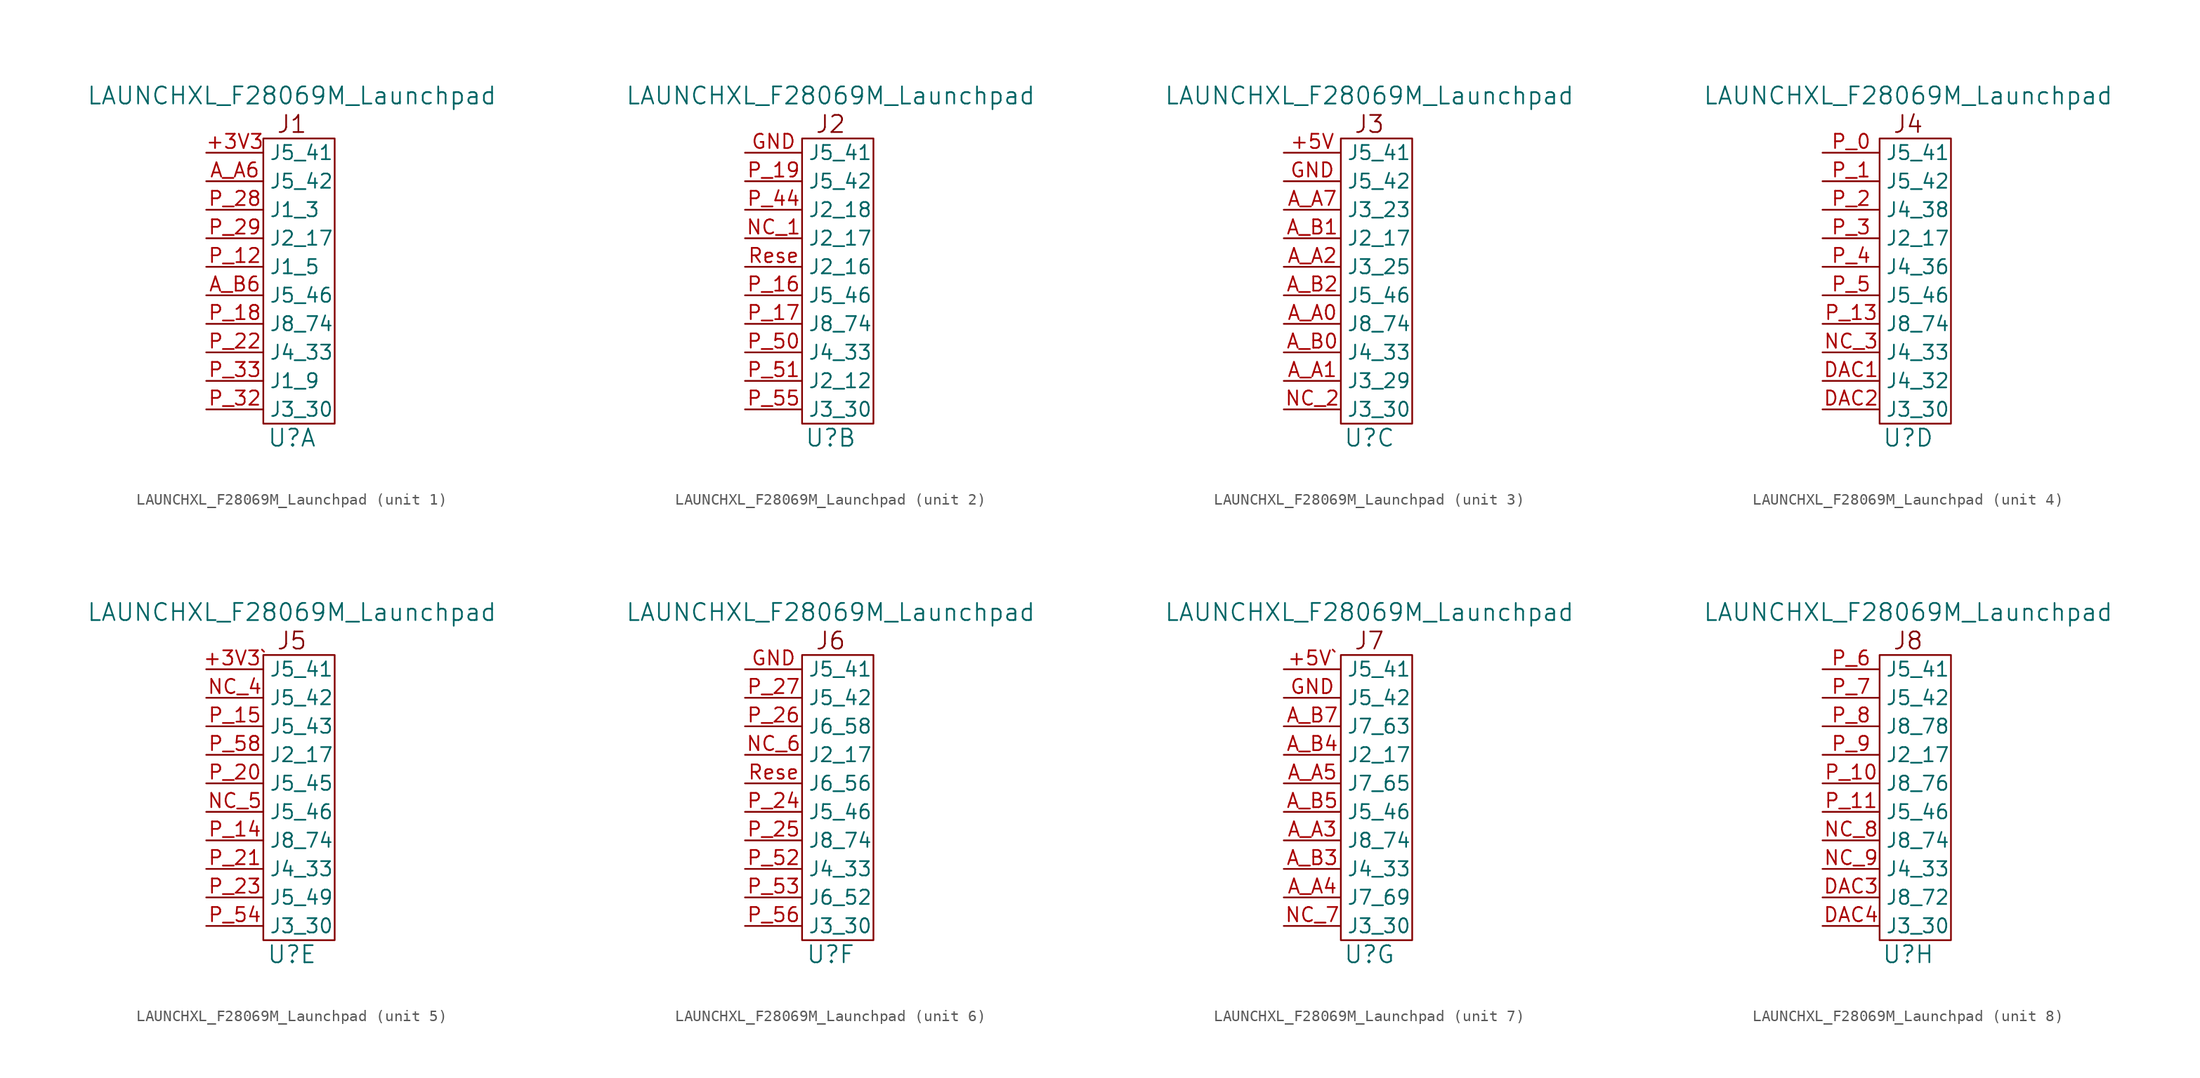
<source format=kicad_sym>
(kicad_symbol_lib
  (version 20241209)
  (generator "kicad_symbol_editor")
  (generator_version "9.0")
  (symbol "LAUNCHXL_F28069M_Launchpad"
    (property "Reference" "U"
      (at 2.54 -1.27 0)
      (effects (font (size 1.524 1.524))))
    (property "Value" "LAUNCHXL_F28069M_Launchpad"
      (at 2.54 29.21 0)
      (effects (font (size 1.524 1.524))))
    (symbol "LAUNCHXL_F28069M_Launchpad_0_0"
      (rectangle (start 0 0) (end 6.35 25.4) (stroke (width 0) (type default)) (fill (type none))))
    (symbol "LAUNCHXL_F28069M_Launchpad_1_0"
      (text "J1" (at 2.54 26.67 0) (effects (font (size 1.524 1.524)))))
    (symbol "LAUNCHXL_F28069M_Launchpad_1_1"
      (pin input line (at -5.08 24.13 0) (length 5.08) (name "J5_41" (effects (font (size 1.27 1.27)))) (number "+3V3" (effects (font (size 1.27 1.27)))))
      (pin input line (at -5.08 21.59 0) (length 5.08) (name "J5_42" (effects (font (size 1.27 1.27)))) (number "A_A6" (effects (font (size 1.27 1.27)))))
      (pin input line (at -5.08 19.05 0) (length 5.08) (name "J1_3" (effects (font (size 1.27 1.27)))) (number "P_28" (effects (font (size 1.27 1.27)))))
      (pin input line (at -5.08 16.51 0) (length 5.08) (name "J2_17" (effects (font (size 1.27 1.27)))) (number "P_29" (effects (font (size 1.27 1.27)))))
      (pin input line (at -5.08 13.97 0) (length 5.08) (name "J1_5" (effects (font (size 1.27 1.27)))) (number "P_12" (effects (font (size 1.27 1.27)))))
      (pin input line (at -5.08 11.43 0) (length 5.08) (name "J5_46" (effects (font (size 1.27 1.27)))) (number "A_B6" (effects (font (size 1.27 1.27)))))
      (pin input line (at -5.08 8.89 0) (length 5.08) (name "J8_74" (effects (font (size 1.27 1.27)))) (number "P_18" (effects (font (size 1.27 1.27)))))
      (pin input line (at -5.08 6.35 0) (length 5.08) (name "J4_33" (effects (font (size 1.27 1.27)))) (number "P_22" (effects (font (size 1.27 1.27)))))
      (pin input line (at -5.08 3.81 0) (length 5.08) (name "J1_9" (effects (font (size 1.27 1.27)))) (number "P_33" (effects (font (size 1.27 1.27)))))
      (pin input line (at -5.08 1.27 0) (length 5.08) (name "J3_30" (effects (font (size 1.27 1.27)))) (number "P_32" (effects (font (size 1.27 1.27))))))
    (symbol "LAUNCHXL_F28069M_Launchpad_2_0"
      (text "J2" (at 2.54 26.67 0) (effects (font (size 1.524 1.524)))))
    (symbol "LAUNCHXL_F28069M_Launchpad_2_1"
      (pin input line (at -5.08 24.13 0) (length 5.08) (name "J5_41" (effects (font (size 1.27 1.27)))) (number "GND" (effects (font (size 1.27 1.27)))))
      (pin input line (at -5.08 21.59 0) (length 5.08) (name "J5_42" (effects (font (size 1.27 1.27)))) (number "P_19" (effects (font (size 1.27 1.27)))))
      (pin input line (at -5.08 19.05 0) (length 5.08) (name "J2_18" (effects (font (size 1.27 1.27)))) (number "P_44" (effects (font (size 1.27 1.27)))))
      (pin input line (at -5.08 16.51 0) (length 5.08) (name "J2_17" (effects (font (size 1.27 1.27)))) (number "NC_1" (effects (font (size 1.27 1.27)))))
      (pin input line (at -5.08 13.97 0) (length 5.08) (name "J2_16" (effects (font (size 1.27 1.27)))) (number "Rese" (effects (font (size 1.27 1.27)))))
      (pin input line (at -5.08 11.43 0) (length 5.08) (name "J5_46" (effects (font (size 1.27 1.27)))) (number "P_16" (effects (font (size 1.27 1.27)))))
      (pin input line (at -5.08 8.89 0) (length 5.08) (name "J8_74" (effects (font (size 1.27 1.27)))) (number "P_17" (effects (font (size 1.27 1.27)))))
      (pin input line (at -5.08 6.35 0) (length 5.08) (name "J4_33" (effects (font (size 1.27 1.27)))) (number "P_50" (effects (font (size 1.27 1.27)))))
      (pin input line (at -5.08 3.81 0) (length 5.08) (name "J2_12" (effects (font (size 1.27 1.27)))) (number "P_51" (effects (font (size 1.27 1.27)))))
      (pin input line (at -5.08 1.27 0) (length 5.08) (name "J3_30" (effects (font (size 1.27 1.27)))) (number "P_55" (effects (font (size 1.27 1.27))))))
    (symbol "LAUNCHXL_F28069M_Launchpad_3_0"
      (text "J3" (at 2.54 26.67 0) (effects (font (size 1.524 1.524)))))
    (symbol "LAUNCHXL_F28069M_Launchpad_3_1"
      (pin input line (at -5.08 24.13 0) (length 5.08) (name "J5_41" (effects (font (size 1.27 1.27)))) (number "+5V" (effects (font (size 1.27 1.27)))))
      (pin input line (at -5.08 21.59 0) (length 5.08) (name "J5_42" (effects (font (size 1.27 1.27)))) (number "GND" (effects (font (size 1.27 1.27)))))
      (pin input line (at -5.08 19.05 0) (length 5.08) (name "J3_23" (effects (font (size 1.27 1.27)))) (number "A_A7" (effects (font (size 1.27 1.27)))))
      (pin input line (at -5.08 16.51 0) (length 5.08) (name "J2_17" (effects (font (size 1.27 1.27)))) (number "A_B1" (effects (font (size 1.27 1.27)))))
      (pin input line (at -5.08 13.97 0) (length 5.08) (name "J3_25" (effects (font (size 1.27 1.27)))) (number "A_A2" (effects (font (size 1.27 1.27)))))
      (pin input line (at -5.08 11.43 0) (length 5.08) (name "J5_46" (effects (font (size 1.27 1.27)))) (number "A_B2" (effects (font (size 1.27 1.27)))))
      (pin input line (at -5.08 8.89 0) (length 5.08) (name "J8_74" (effects (font (size 1.27 1.27)))) (number "A_A0" (effects (font (size 1.27 1.27)))))
      (pin input line (at -5.08 6.35 0) (length 5.08) (name "J4_33" (effects (font (size 1.27 1.27)))) (number "A_B0" (effects (font (size 1.27 1.27)))))
      (pin input line (at -5.08 3.81 0) (length 5.08) (name "J3_29" (effects (font (size 1.27 1.27)))) (number "A_A1" (effects (font (size 1.27 1.27)))))
      (pin input line (at -5.08 1.27 0) (length 5.08) (name "J3_30" (effects (font (size 1.27 1.27)))) (number "NC_2" (effects (font (size 1.27 1.27))))))
    (symbol "LAUNCHXL_F28069M_Launchpad_4_0"
      (text "J4" (at 2.54 26.67 0) (effects (font (size 1.524 1.524)))))
    (symbol "LAUNCHXL_F28069M_Launchpad_4_1"
      (pin input line (at -5.08 24.13 0) (length 5.08) (name "J5_41" (effects (font (size 1.27 1.27)))) (number "P_0" (effects (font (size 1.27 1.27)))))
      (pin input line (at -5.08 21.59 0) (length 5.08) (name "J5_42" (effects (font (size 1.27 1.27)))) (number "P_1" (effects (font (size 1.27 1.27)))))
      (pin input line (at -5.08 19.05 0) (length 5.08) (name "J4_38" (effects (font (size 1.27 1.27)))) (number "P_2" (effects (font (size 1.27 1.27)))))
      (pin input line (at -5.08 16.51 0) (length 5.08) (name "J2_17" (effects (font (size 1.27 1.27)))) (number "P_3" (effects (font (size 1.27 1.27)))))
      (pin input line (at -5.08 13.97 0) (length 5.08) (name "J4_36" (effects (font (size 1.27 1.27)))) (number "P_4" (effects (font (size 1.27 1.27)))))
      (pin input line (at -5.08 11.43 0) (length 5.08) (name "J5_46" (effects (font (size 1.27 1.27)))) (number "P_5" (effects (font (size 1.27 1.27)))))
      (pin input line (at -5.08 8.89 0) (length 5.08) (name "J8_74" (effects (font (size 1.27 1.27)))) (number "P_13" (effects (font (size 1.27 1.27)))))
      (pin input line (at -5.08 6.35 0) (length 5.08) (name "J4_33" (effects (font (size 1.27 1.27)))) (number "NC_3" (effects (font (size 1.27 1.27)))))
      (pin input line (at -5.08 3.81 0) (length 5.08) (name "J4_32" (effects (font (size 1.27 1.27)))) (number "DAC1" (effects (font (size 1.27 1.27)))))
      (pin input line (at -5.08 1.27 0) (length 5.08) (name "J3_30" (effects (font (size 1.27 1.27)))) (number "DAC2" (effects (font (size 1.27 1.27))))))
    (symbol "LAUNCHXL_F28069M_Launchpad_5_0"
      (text "J5" (at 2.54 26.67 0) (effects (font (size 1.524 1.524)))))
    (symbol "LAUNCHXL_F28069M_Launchpad_5_1"
      (pin input line (at -5.08 24.13 0) (length 5.08) (name "J5_41" (effects (font (size 1.27 1.27)))) (number "+3V3`" (effects (font (size 1.27 1.27)))))
      (pin input line (at -5.08 21.59 0) (length 5.08) (name "J5_42" (effects (font (size 1.27 1.27)))) (number "NC_4" (effects (font (size 1.27 1.27)))))
      (pin input line (at -5.08 19.05 0) (length 5.08) (name "J5_43" (effects (font (size 1.27 1.27)))) (number "P_15" (effects (font (size 1.27 1.27)))))
      (pin input line (at -5.08 16.51 0) (length 5.08) (name "J2_17" (effects (font (size 1.27 1.27)))) (number "P_58" (effects (font (size 1.27 1.27)))))
      (pin input line (at -5.08 13.97 0) (length 5.08) (name "J5_45" (effects (font (size 1.27 1.27)))) (number "P_20" (effects (font (size 1.27 1.27)))))
      (pin input line (at -5.08 11.43 0) (length 5.08) (name "J5_46" (effects (font (size 1.27 1.27)))) (number "NC_5" (effects (font (size 1.27 1.27)))))
      (pin input line (at -5.08 8.89 0) (length 5.08) (name "J8_74" (effects (font (size 1.27 1.27)))) (number "P_14" (effects (font (size 1.27 1.27)))))
      (pin input line (at -5.08 6.35 0) (length 5.08) (name "J4_33" (effects (font (size 1.27 1.27)))) (number "P_21" (effects (font (size 1.27 1.27)))))
      (pin input line (at -5.08 3.81 0) (length 5.08) (name "J5_49" (effects (font (size 1.27 1.27)))) (number "P_23" (effects (font (size 1.27 1.27)))))
      (pin input line (at -5.08 1.27 0) (length 5.08) (name "J3_30" (effects (font (size 1.27 1.27)))) (number "P_54" (effects (font (size 1.27 1.27))))))
    (symbol "LAUNCHXL_F28069M_Launchpad_6_0"
      (text "J6" (at 2.54 26.67 0) (effects (font (size 1.524 1.524)))))
    (symbol "LAUNCHXL_F28069M_Launchpad_6_1"
      (pin input line (at -5.08 24.13 0) (length 5.08) (name "J5_41" (effects (font (size 1.27 1.27)))) (number "GND" (effects (font (size 1.27 1.27)))))
      (pin input line (at -5.08 21.59 0) (length 5.08) (name "J5_42" (effects (font (size 1.27 1.27)))) (number "P_27" (effects (font (size 1.27 1.27)))))
      (pin input line (at -5.08 19.05 0) (length 5.08) (name "J6_58" (effects (font (size 1.27 1.27)))) (number "P_26" (effects (font (size 1.27 1.27)))))
      (pin input line (at -5.08 16.51 0) (length 5.08) (name "J2_17" (effects (font (size 1.27 1.27)))) (number "NC_6" (effects (font (size 1.27 1.27)))))
      (pin input line (at -5.08 13.97 0) (length 5.08) (name "J6_56" (effects (font (size 1.27 1.27)))) (number "Rese" (effects (font (size 1.27 1.27)))))
      (pin input line (at -5.08 11.43 0) (length 5.08) (name "J5_46" (effects (font (size 1.27 1.27)))) (number "P_24" (effects (font (size 1.27 1.27)))))
      (pin input line (at -5.08 8.89 0) (length 5.08) (name "J8_74" (effects (font (size 1.27 1.27)))) (number "P_25" (effects (font (size 1.27 1.27)))))
      (pin input line (at -5.08 6.35 0) (length 5.08) (name "J4_33" (effects (font (size 1.27 1.27)))) (number "P_52" (effects (font (size 1.27 1.27)))))
      (pin input line (at -5.08 3.81 0) (length 5.08) (name "J6_52" (effects (font (size 1.27 1.27)))) (number "P_53" (effects (font (size 1.27 1.27)))))
      (pin input line (at -5.08 1.27 0) (length 5.08) (name "J3_30" (effects (font (size 1.27 1.27)))) (number "P_56" (effects (font (size 1.27 1.27))))))
    (symbol "LAUNCHXL_F28069M_Launchpad_7_0"
      (text "J7" (at 2.54 26.67 0) (effects (font (size 1.524 1.524)))))
    (symbol "LAUNCHXL_F28069M_Launchpad_7_1"
      (pin input line (at -5.08 24.13 0) (length 5.08) (name "J5_41" (effects (font (size 1.27 1.27)))) (number "+5V`" (effects (font (size 1.27 1.27)))))
      (pin input line (at -5.08 21.59 0) (length 5.08) (name "J5_42" (effects (font (size 1.27 1.27)))) (number "GND" (effects (font (size 1.27 1.27)))))
      (pin input line (at -5.08 19.05 0) (length 5.08) (name "J7_63" (effects (font (size 1.27 1.27)))) (number "A_B7" (effects (font (size 1.27 1.27)))))
      (pin input line (at -5.08 16.51 0) (length 5.08) (name "J2_17" (effects (font (size 1.27 1.27)))) (number "A_B4" (effects (font (size 1.27 1.27)))))
      (pin input line (at -5.08 13.97 0) (length 5.08) (name "J7_65" (effects (font (size 1.27 1.27)))) (number "A_A5" (effects (font (size 1.27 1.27)))))
      (pin input line (at -5.08 11.43 0) (length 5.08) (name "J5_46" (effects (font (size 1.27 1.27)))) (number "A_B5" (effects (font (size 1.27 1.27)))))
      (pin input line (at -5.08 8.89 0) (length 5.08) (name "J8_74" (effects (font (size 1.27 1.27)))) (number "A_A3" (effects (font (size 1.27 1.27)))))
      (pin input line (at -5.08 6.35 0) (length 5.08) (name "J4_33" (effects (font (size 1.27 1.27)))) (number "A_B3" (effects (font (size 1.27 1.27)))))
      (pin input line (at -5.08 3.81 0) (length 5.08) (name "J7_69" (effects (font (size 1.27 1.27)))) (number "A_A4" (effects (font (size 1.27 1.27)))))
      (pin input line (at -5.08 1.27 0) (length 5.08) (name "J3_30" (effects (font (size 1.27 1.27)))) (number "NC_7" (effects (font (size 1.27 1.27))))))
    (symbol "LAUNCHXL_F28069M_Launchpad_8_0"
      (text "J8" (at 2.54 26.67 0) (effects (font (size 1.524 1.524)))))
    (symbol "LAUNCHXL_F28069M_Launchpad_8_1"
      (pin input line (at -5.08 24.13 0) (length 5.08) (name "J5_41" (effects (font (size 1.27 1.27)))) (number "P_6" (effects (font (size 1.27 1.27)))))
      (pin input line (at -5.08 21.59 0) (length 5.08) (name "J5_42" (effects (font (size 1.27 1.27)))) (number "P_7" (effects (font (size 1.27 1.27)))))
      (pin input line (at -5.08 19.05 0) (length 5.08) (name "J8_78" (effects (font (size 1.27 1.27)))) (number "P_8" (effects (font (size 1.27 1.27)))))
      (pin input line (at -5.08 16.51 0) (length 5.08) (name "J2_17" (effects (font (size 1.27 1.27)))) (number "P_9" (effects (font (size 1.27 1.27)))))
      (pin input line (at -5.08 13.97 0) (length 5.08) (name "J8_76" (effects (font (size 1.27 1.27)))) (number "P_10" (effects (font (size 1.27 1.27)))))
      (pin input line (at -5.08 11.43 0) (length 5.08) (name "J5_46" (effects (font (size 1.27 1.27)))) (number "P_11" (effects (font (size 1.27 1.27)))))
      (pin input line (at -5.08 8.89 0) (length 5.08) (name "J8_74" (effects (font (size 1.27 1.27)))) (number "NC_8" (effects (font (size 1.27 1.27)))))
      (pin input line (at -5.08 6.35 0) (length 5.08) (name "J4_33" (effects (font (size 1.27 1.27)))) (number "NC_9" (effects (font (size 1.27 1.27)))))
      (pin input line (at -5.08 3.81 0) (length 5.08) (name "J8_72" (effects (font (size 1.27 1.27)))) (number "DAC3" (effects (font (size 1.27 1.27)))))
      (pin input line (at -5.08 1.27 0) (length 5.08) (name "J3_30" (effects (font (size 1.27 1.27)))) (number "DAC4" (effects (font (size 1.27 1.27))))))))
</source>
